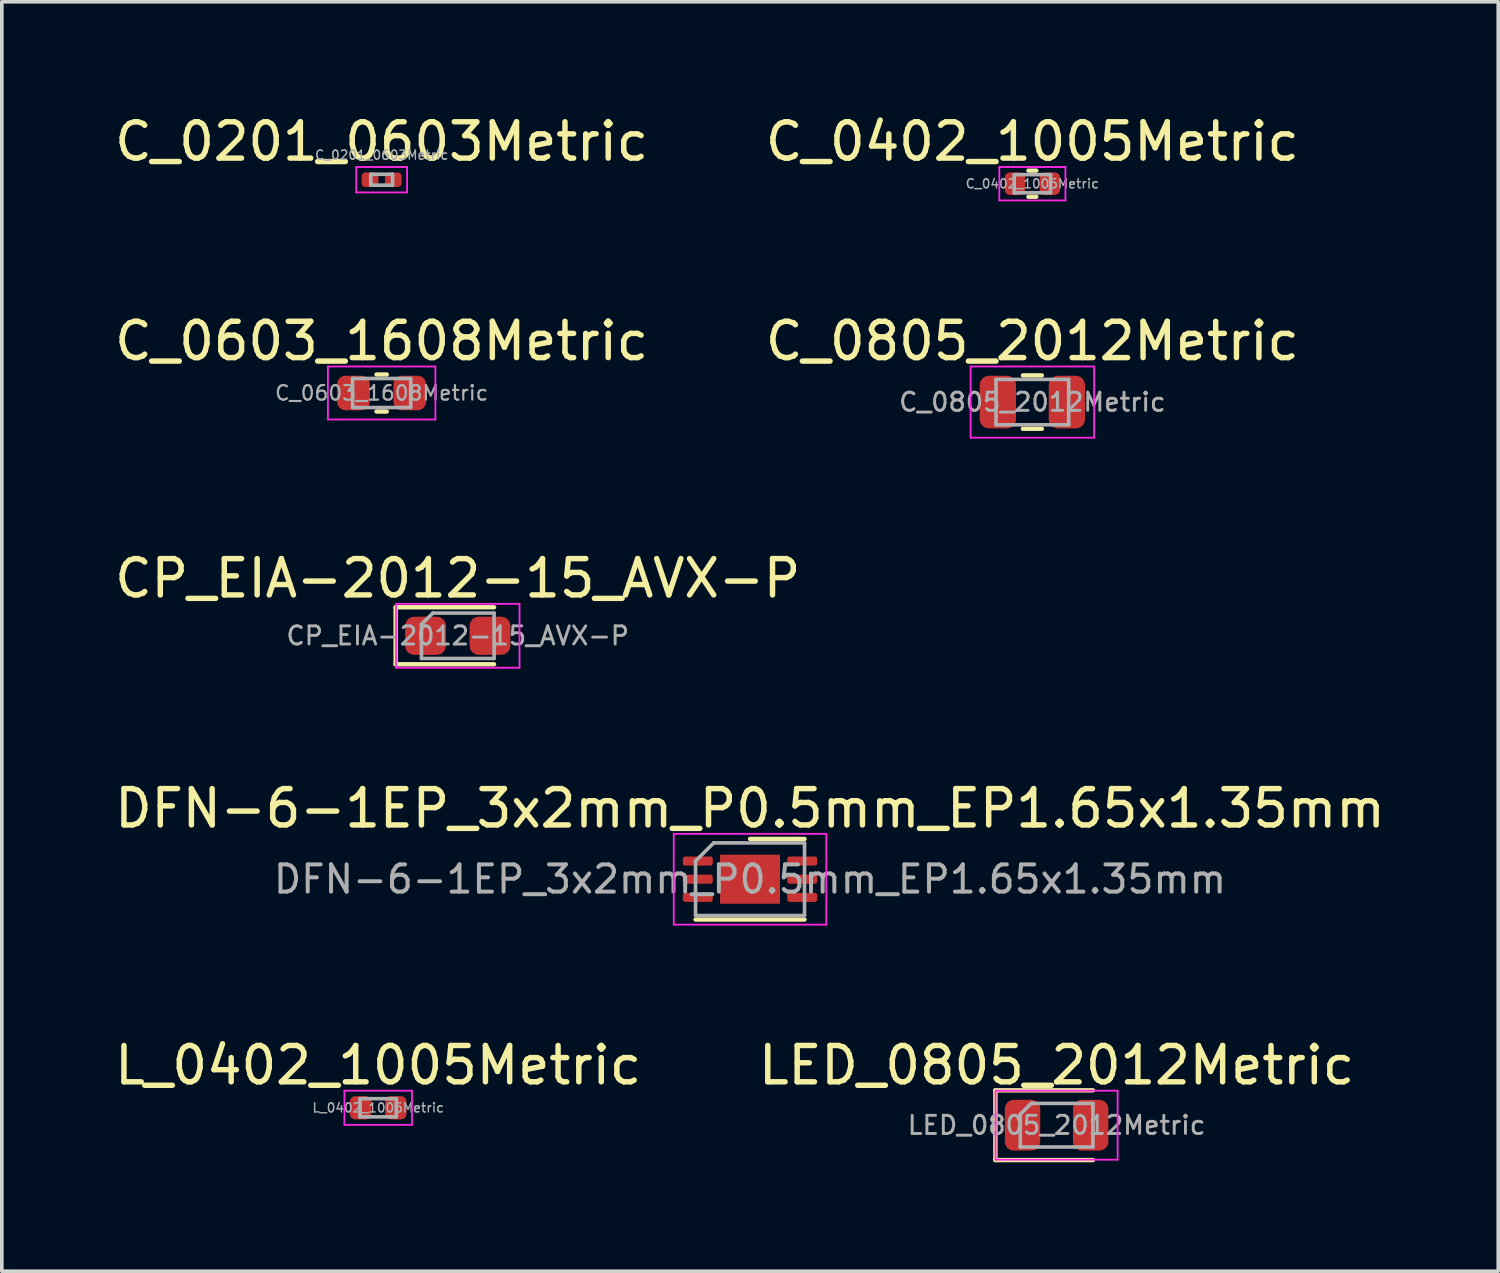
<source format=kicad_pcb>
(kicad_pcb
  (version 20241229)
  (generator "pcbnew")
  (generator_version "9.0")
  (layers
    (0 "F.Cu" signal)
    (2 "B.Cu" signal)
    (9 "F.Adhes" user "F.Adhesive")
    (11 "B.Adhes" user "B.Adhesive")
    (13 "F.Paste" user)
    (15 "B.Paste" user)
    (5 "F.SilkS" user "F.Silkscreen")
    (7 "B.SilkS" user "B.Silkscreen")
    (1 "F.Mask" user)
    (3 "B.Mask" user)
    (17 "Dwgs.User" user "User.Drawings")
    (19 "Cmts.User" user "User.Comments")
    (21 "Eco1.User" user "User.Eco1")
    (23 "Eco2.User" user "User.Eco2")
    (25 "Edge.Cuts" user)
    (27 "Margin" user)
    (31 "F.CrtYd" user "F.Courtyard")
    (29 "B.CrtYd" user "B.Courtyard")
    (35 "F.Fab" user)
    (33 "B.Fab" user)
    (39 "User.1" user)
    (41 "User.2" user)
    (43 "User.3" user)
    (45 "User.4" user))
  (footprint "C_0603_1608Metric"
    (layer "F.Cu")
    (at 7.458 7.771)
    (property "Reference" "C_0603_1608Metric" (at 0 -1.43 0) (layer "F.SilkS") (effects (font (size 1 1) (thickness 0.15))))
    (attr smd)
    (fp_line (start -0.141 -0.51) (end 0.141 -0.51) (stroke (width 0.12) (type solid)) (layer "F.SilkS"))
    (fp_line (start -0.141 0.51) (end 0.141 0.51) (stroke (width 0.12) (type solid)) (layer "F.SilkS"))
    (fp_line (start -1.48 -0.73) (end 1.48 -0.73) (stroke (width 0.05) (type solid)) (layer "F.CrtYd"))
    (fp_line (start -1.48 0.73) (end -1.48 -0.73) (stroke (width 0.05) (type solid)) (layer "F.CrtYd"))
    (fp_line (start 1.48 -0.73) (end 1.48 0.73) (stroke (width 0.05) (type solid)) (layer "F.CrtYd"))
    (fp_line (start 1.48 0.73) (end -1.48 0.73) (stroke (width 0.05) (type solid)) (layer "F.CrtYd"))
    (fp_line (start -0.8 -0.4) (end 0.8 -0.4) (stroke (width 0.1) (type solid)) (layer "F.Fab"))
    (fp_line (start -0.8 0.4) (end -0.8 -0.4) (stroke (width 0.1) (type solid)) (layer "F.Fab"))
    (fp_line (start 0.8 -0.4) (end 0.8 0.4) (stroke (width 0.1) (type solid)) (layer "F.Fab"))
    (fp_line (start 0.8 0.4) (end -0.8 0.4) (stroke (width 0.1) (type solid)) (layer "F.Fab"))
    (fp_text user "${REFERENCE}" (at 0 0 0) (layer "F.Fab") (effects (font (size 0.4 0.4) (thickness 0.06))))
    (pad "1" smd roundrect (at -0.775 0) (size 0.9 0.95) (layers "F.Cu" "F.Mask" "F.Paste") (roundrect_rratio 0.25))
    (pad "2" smd roundrect (at 0.775 0) (size 0.9 0.95) (layers "F.Cu" "F.Mask" "F.Paste") (roundrect_rratio 0.25)))
  (footprint "C_0402_1005Metric"
    (layer "F.Cu")
    (at 25.375 2.008)
    (property "Reference" "C_0402_1005Metric" (at 0 -1.16 0) (layer "F.SilkS") (effects (font (size 1 1) (thickness 0.15))))
    (attr smd)
    (fp_line (start -0.108 -0.36) (end 0.108 -0.36) (stroke (width 0.12) (type solid)) (layer "F.SilkS"))
    (fp_line (start -0.108 0.36) (end 0.108 0.36) (stroke (width 0.12) (type solid)) (layer "F.SilkS"))
    (fp_line (start -0.91 -0.46) (end 0.91 -0.46) (stroke (width 0.05) (type solid)) (layer "F.CrtYd"))
    (fp_line (start -0.91 0.46) (end -0.91 -0.46) (stroke (width 0.05) (type solid)) (layer "F.CrtYd"))
    (fp_line (start 0.91 -0.46) (end 0.91 0.46) (stroke (width 0.05) (type solid)) (layer "F.CrtYd"))
    (fp_line (start 0.91 0.46) (end -0.91 0.46) (stroke (width 0.05) (type solid)) (layer "F.CrtYd"))
    (fp_line (start -0.5 -0.25) (end 0.5 -0.25) (stroke (width 0.1) (type solid)) (layer "F.Fab"))
    (fp_line (start -0.5 0.25) (end -0.5 -0.25) (stroke (width 0.1) (type solid)) (layer "F.Fab"))
    (fp_line (start 0.5 -0.25) (end 0.5 0.25) (stroke (width 0.1) (type solid)) (layer "F.Fab"))
    (fp_line (start 0.5 0.25) (end -0.5 0.25) (stroke (width 0.1) (type solid)) (layer "F.Fab"))
    (fp_text user "${REFERENCE}" (at 0 0 0) (layer "F.Fab") (effects (font (size 0.25 0.25) (thickness 0.04))))
    (pad "1" smd roundrect (at -0.48 0) (size 0.56 0.62) (layers "F.Cu" "F.Mask" "F.Paste") (roundrect_rratio 0.25))
    (pad "2" smd roundrect (at 0.48 0) (size 0.56 0.62) (layers "F.Cu" "F.Mask" "F.Paste") (roundrect_rratio 0.25)))
  (footprint "C_0805_2012Metric"
    (layer "F.Cu")
    (at 25.375 8.021)
    (property "Reference" "C_0805_2012Metric" (at 0 -1.68 0) (layer "F.SilkS") (effects (font (size 1 1) (thickness 0.15))))
    (attr smd)
    (fp_line (start -0.261 -0.735) (end 0.261 -0.735) (stroke (width 0.12) (type solid)) (layer "F.SilkS"))
    (fp_line (start -0.261 0.735) (end 0.261 0.735) (stroke (width 0.12) (type solid)) (layer "F.SilkS"))
    (fp_line (start -1.7 -0.98) (end 1.7 -0.98) (stroke (width 0.05) (type solid)) (layer "F.CrtYd"))
    (fp_line (start -1.7 0.98) (end -1.7 -0.98) (stroke (width 0.05) (type solid)) (layer "F.CrtYd"))
    (fp_line (start 1.7 -0.98) (end 1.7 0.98) (stroke (width 0.05) (type solid)) (layer "F.CrtYd"))
    (fp_line (start 1.7 0.98) (end -1.7 0.98) (stroke (width 0.05) (type solid)) (layer "F.CrtYd"))
    (fp_line (start -1 -0.625) (end 1 -0.625) (stroke (width 0.1) (type solid)) (layer "F.Fab"))
    (fp_line (start -1 0.625) (end -1 -0.625) (stroke (width 0.1) (type solid)) (layer "F.Fab"))
    (fp_line (start 1 -0.625) (end 1 0.625) (stroke (width 0.1) (type solid)) (layer "F.Fab"))
    (fp_line (start 1 0.625) (end -1 0.625) (stroke (width 0.1) (type solid)) (layer "F.Fab"))
    (fp_text user "${REFERENCE}" (at 0 0 0) (layer "F.Fab") (effects (font (size 0.5 0.5) (thickness 0.08))))
    (pad "1" smd roundrect (at -0.95 0) (size 1 1.45) (layers "F.Cu" "F.Mask" "F.Paste") (roundrect_rratio 0.25))
    (pad "2" smd roundrect (at 0.95 0) (size 1 1.45) (layers "F.Cu" "F.Mask" "F.Paste") (roundrect_rratio 0.25)))
  (footprint "L_0402_1005Metric"
    (layer "F.Cu")
    (at 7.363 27.451)
    (property "Reference" "L_0402_1005Metric" (at 0 -1.17 0) (layer "F.SilkS") (effects (font (size 1 1) (thickness 0.15))))
    (attr smd)
    (fp_line (start -0.93 -0.47) (end 0.93 -0.47) (stroke (width 0.05) (type solid)) (layer "F.CrtYd"))
    (fp_line (start -0.93 0.47) (end -0.93 -0.47) (stroke (width 0.05) (type solid)) (layer "F.CrtYd"))
    (fp_line (start 0.93 -0.47) (end 0.93 0.47) (stroke (width 0.05) (type solid)) (layer "F.CrtYd"))
    (fp_line (start 0.93 0.47) (end -0.93 0.47) (stroke (width 0.05) (type solid)) (layer "F.CrtYd"))
    (fp_line (start -0.5 -0.25) (end 0.5 -0.25) (stroke (width 0.1) (type solid)) (layer "F.Fab"))
    (fp_line (start -0.5 0.25) (end -0.5 -0.25) (stroke (width 0.1) (type solid)) (layer "F.Fab"))
    (fp_line (start 0.5 -0.25) (end 0.5 0.25) (stroke (width 0.1) (type solid)) (layer "F.Fab"))
    (fp_line (start 0.5 0.25) (end -0.5 0.25) (stroke (width 0.1) (type solid)) (layer "F.Fab"))
    (fp_text user "${REFERENCE}" (at 0 0 0) (layer "F.Fab") (effects (font (size 0.25 0.25) (thickness 0.04))))
    (pad "1" smd roundrect (at -0.485 0) (size 0.59 0.64) (layers "F.Cu" "F.Mask" "F.Paste") (roundrect_rratio 0.25))
    (pad "2" smd roundrect (at 0.485 0) (size 0.59 0.64) (layers "F.Cu" "F.Mask" "F.Paste") (roundrect_rratio 0.25)))
  (footprint "C_0201_0603Metric"
    (layer "F.Cu")
    (at 7.458 1.898)
    (property "Reference" "C_0201_0603Metric" (at 0 -1.05 0) (layer "F.SilkS") (effects (font (size 1 1) (thickness 0.15))))
    (attr smd)
    (fp_line (start -0.7 -0.35) (end 0.7 -0.35) (stroke (width 0.05) (type solid)) (layer "F.CrtYd"))
    (fp_line (start -0.7 0.35) (end -0.7 -0.35) (stroke (width 0.05) (type solid)) (layer "F.CrtYd"))
    (fp_line (start 0.7 -0.35) (end 0.7 0.35) (stroke (width 0.05) (type solid)) (layer "F.CrtYd"))
    (fp_line (start 0.7 0.35) (end -0.7 0.35) (stroke (width 0.05) (type solid)) (layer "F.CrtYd"))
    (fp_line (start -0.3 -0.15) (end 0.3 -0.15) (stroke (width 0.1) (type solid)) (layer "F.Fab"))
    (fp_line (start -0.3 0.15) (end -0.3 -0.15) (stroke (width 0.1) (type solid)) (layer "F.Fab"))
    (fp_line (start 0.3 -0.15) (end 0.3 0.15) (stroke (width 0.1) (type solid)) (layer "F.Fab"))
    (fp_line (start 0.3 0.15) (end -0.3 0.15) (stroke (width 0.1) (type solid)) (layer "F.Fab"))
    (fp_text user "${REFERENCE}" (at 0 -0.68 0) (layer "F.Fab") (effects (font (size 0.25 0.25) (thickness 0.04))))
    (pad "" smd roundrect (at -0.345 0) (size 0.318 0.36) (layers "F.Paste") (roundrect_rratio 0.25))
    (pad "" smd roundrect (at 0.345 0) (size 0.318 0.36) (layers "F.Paste") (roundrect_rratio 0.25))
    (pad "1" smd roundrect (at -0.32 0) (size 0.46 0.4) (layers "F.Cu" "F.Mask") (roundrect_rratio 0.25))
    (pad "2" smd roundrect (at 0.32 0) (size 0.46 0.4) (layers "F.Cu" "F.Mask") (roundrect_rratio 0.25)))
  (footprint "DFN-6-1EP_3x2mm_P0.5mm_EP1.65x1.35mm"
    (layer "F.Cu")
    (at 17.601 21.158)
    (property "Reference" "DFN-6-1EP_3x2mm_P0.5mm_EP1.65x1.35mm" (at 0 -1.95 0) (layer "F.SilkS") (effects (font (size 1 1) (thickness 0.15))))
    (attr smd)
    (fp_line (start -1.5 1.11) (end 1.5 1.11) (stroke (width 0.12) (type solid)) (layer "F.SilkS"))
    (fp_line (start 0 -1.11) (end 1.5 -1.11) (stroke (width 0.12) (type solid)) (layer "F.SilkS"))
    (fp_line (start -2.1 -1.25) (end -2.1 1.25) (stroke (width 0.05) (type solid)) (layer "F.CrtYd"))
    (fp_line (start -2.1 1.25) (end 2.1 1.25) (stroke (width 0.05) (type solid)) (layer "F.CrtYd"))
    (fp_line (start 2.1 -1.25) (end -2.1 -1.25) (stroke (width 0.05) (type solid)) (layer "F.CrtYd"))
    (fp_line (start 2.1 1.25) (end 2.1 -1.25) (stroke (width 0.05) (type solid)) (layer "F.CrtYd"))
    (fp_line (start -1.5 -0.5) (end -1 -1) (stroke (width 0.1) (type solid)) (layer "F.Fab"))
    (fp_line (start -1.5 1) (end -1.5 -0.5) (stroke (width 0.1) (type solid)) (layer "F.Fab"))
    (fp_line (start -1 -1) (end 1.5 -1) (stroke (width 0.1) (type solid)) (layer "F.Fab"))
    (fp_line (start 1.5 -1) (end 1.5 1) (stroke (width 0.1) (type solid)) (layer "F.Fab"))
    (fp_line (start 1.5 1) (end -1.5 1) (stroke (width 0.1) (type solid)) (layer "F.Fab"))
    (fp_text user "${REFERENCE}" (at 0 0 0) (layer "F.Fab") (effects (font (size 0.75 0.75) (thickness 0.11))))
    (pad "" smd roundrect (at -0.41 -0.34) (size 0.67 0.54) (layers "F.Paste") (roundrect_rratio 0.25))
    (pad "" smd roundrect (at -0.41 0.34) (size 0.67 0.54) (layers "F.Paste") (roundrect_rratio 0.25))
    (pad "" smd roundrect (at 0.41 -0.34) (size 0.67 0.54) (layers "F.Paste") (roundrect_rratio 0.25))
    (pad "" smd roundrect (at 0.41 0.34) (size 0.67 0.54) (layers "F.Paste") (roundrect_rratio 0.25))
    (pad "1" smd roundrect (at -1.438 -0.5) (size 0.825 0.25) (layers "F.Cu" "F.Mask" "F.Paste") (roundrect_rratio 0.25))
    (pad "2" smd roundrect (at -1.438 0) (size 0.825 0.25) (layers "F.Cu" "F.Mask" "F.Paste") (roundrect_rratio 0.25))
    (pad "3" smd roundrect (at -1.438 0.5) (size 0.825 0.25) (layers "F.Cu" "F.Mask" "F.Paste") (roundrect_rratio 0.25))
    (pad "4" smd roundrect (at 1.438 0.5) (size 0.825 0.25) (layers "F.Cu" "F.Mask" "F.Paste") (roundrect_rratio 0.25))
    (pad "5" smd roundrect (at 1.438 0) (size 0.825 0.25) (layers "F.Cu" "F.Mask" "F.Paste") (roundrect_rratio 0.25))
    (pad "6" smd roundrect (at 1.438 -0.5) (size 0.825 0.25) (layers "F.Cu" "F.Mask" "F.Paste") (roundrect_rratio 0.25))
    (pad "7" smd rect (at 0 0) (size 1.65 1.35) (layers "F.Cu" "F.Mask")))
  (footprint "LED_0805_2012Metric"
    (layer "F.Cu")
    (at 26.042 27.931)
    (property "Reference" "LED_0805_2012Metric" (at 0 -1.65 0) (layer "F.SilkS") (effects (font (size 1 1) (thickness 0.15))))
    (attr smd)
    (fp_line (start -1.685 -0.96) (end -1.685 0.96) (stroke (width 0.12) (type solid)) (layer "F.SilkS"))
    (fp_line (start -1.685 0.96) (end 1 0.96) (stroke (width 0.12) (type solid)) (layer "F.SilkS"))
    (fp_line (start 1 -0.96) (end -1.685 -0.96) (stroke (width 0.12) (type solid)) (layer "F.SilkS"))
    (fp_line (start -1.68 -0.95) (end 1.68 -0.95) (stroke (width 0.05) (type solid)) (layer "F.CrtYd"))
    (fp_line (start -1.68 0.95) (end -1.68 -0.95) (stroke (width 0.05) (type solid)) (layer "F.CrtYd"))
    (fp_line (start 1.68 -0.95) (end 1.68 0.95) (stroke (width 0.05) (type solid)) (layer "F.CrtYd"))
    (fp_line (start 1.68 0.95) (end -1.68 0.95) (stroke (width 0.05) (type solid)) (layer "F.CrtYd"))
    (fp_line (start -1 -0.3) (end -1 0.6) (stroke (width 0.1) (type solid)) (layer "F.Fab"))
    (fp_line (start -1 0.6) (end 1 0.6) (stroke (width 0.1) (type solid)) (layer "F.Fab"))
    (fp_line (start -0.7 -0.6) (end -1 -0.3) (stroke (width 0.1) (type solid)) (layer "F.Fab"))
    (fp_line (start 1 -0.6) (end -0.7 -0.6) (stroke (width 0.1) (type solid)) (layer "F.Fab"))
    (fp_line (start 1 0.6) (end 1 -0.6) (stroke (width 0.1) (type solid)) (layer "F.Fab"))
    (fp_text user "${REFERENCE}" (at 0 0 0) (layer "F.Fab") (effects (font (size 0.5 0.5) (thickness 0.08))))
    (pad "1" smd roundrect (at -0.938 0) (size 0.975 1.4) (layers "F.Cu" "F.Mask" "F.Paste") (roundrect_rratio 0.25))
    (pad "2" smd roundrect (at 0.938 0) (size 0.975 1.4) (layers "F.Cu" "F.Mask" "F.Paste") (roundrect_rratio 0.25)))
  (footprint "CP_EIA-2012-15_AVX-P"
    (layer "F.Cu")
    (at 9.554 14.455)
    (property "Reference" "CP_EIA-2012-15_AVX-P" (at 0 -1.58 0) (layer "F.SilkS") (effects (font (size 1 1) (thickness 0.15))))
    (attr smd)
    (fp_line (start -1.71 -0.785) (end -1.71 0.785) (stroke (width 0.12) (type solid)) (layer "F.SilkS"))
    (fp_line (start -1.71 0.785) (end 1 0.785) (stroke (width 0.12) (type solid)) (layer "F.SilkS"))
    (fp_line (start 1 -0.785) (end -1.71 -0.785) (stroke (width 0.12) (type solid)) (layer "F.SilkS"))
    (fp_line (start -1.7 -0.88) (end 1.7 -0.88) (stroke (width 0.05) (type solid)) (layer "F.CrtYd"))
    (fp_line (start -1.7 0.88) (end -1.7 -0.88) (stroke (width 0.05) (type solid)) (layer "F.CrtYd"))
    (fp_line (start 1.7 -0.88) (end 1.7 0.88) (stroke (width 0.05) (type solid)) (layer "F.CrtYd"))
    (fp_line (start 1.7 0.88) (end -1.7 0.88) (stroke (width 0.05) (type solid)) (layer "F.CrtYd"))
    (fp_line (start -1 -0.312) (end -1 0.625) (stroke (width 0.1) (type solid)) (layer "F.Fab"))
    (fp_line (start -1 0.625) (end 1 0.625) (stroke (width 0.1) (type solid)) (layer "F.Fab"))
    (fp_line (start -0.688 -0.625) (end -1 -0.312) (stroke (width 0.1) (type solid)) (layer "F.Fab"))
    (fp_line (start 1 -0.625) (end -0.688 -0.625) (stroke (width 0.1) (type solid)) (layer "F.Fab"))
    (fp_line (start 1 0.625) (end 1 -0.625) (stroke (width 0.1) (type solid)) (layer "F.Fab"))
    (fp_text user "${REFERENCE}" (at 0 0 0) (layer "F.Fab") (effects (font (size 0.5 0.5) (thickness 0.08))))
    (pad "1" smd roundrect (at -0.887 0) (size 1.125 1.05) (layers "F.Cu" "F.Mask" "F.Paste") (roundrect_rratio 0.238))
    (pad "2" smd roundrect (at 0.887 0) (size 1.125 1.05) (layers "F.Cu" "F.Mask" "F.Paste") (roundrect_rratio 0.238)))
  (gr_rect
    (start -3 -3)
    (end 38.202 31.951)
    (stroke (width 0.1) (type default))
    (fill no)
    (layer "Edge.Cuts")))
</source>
